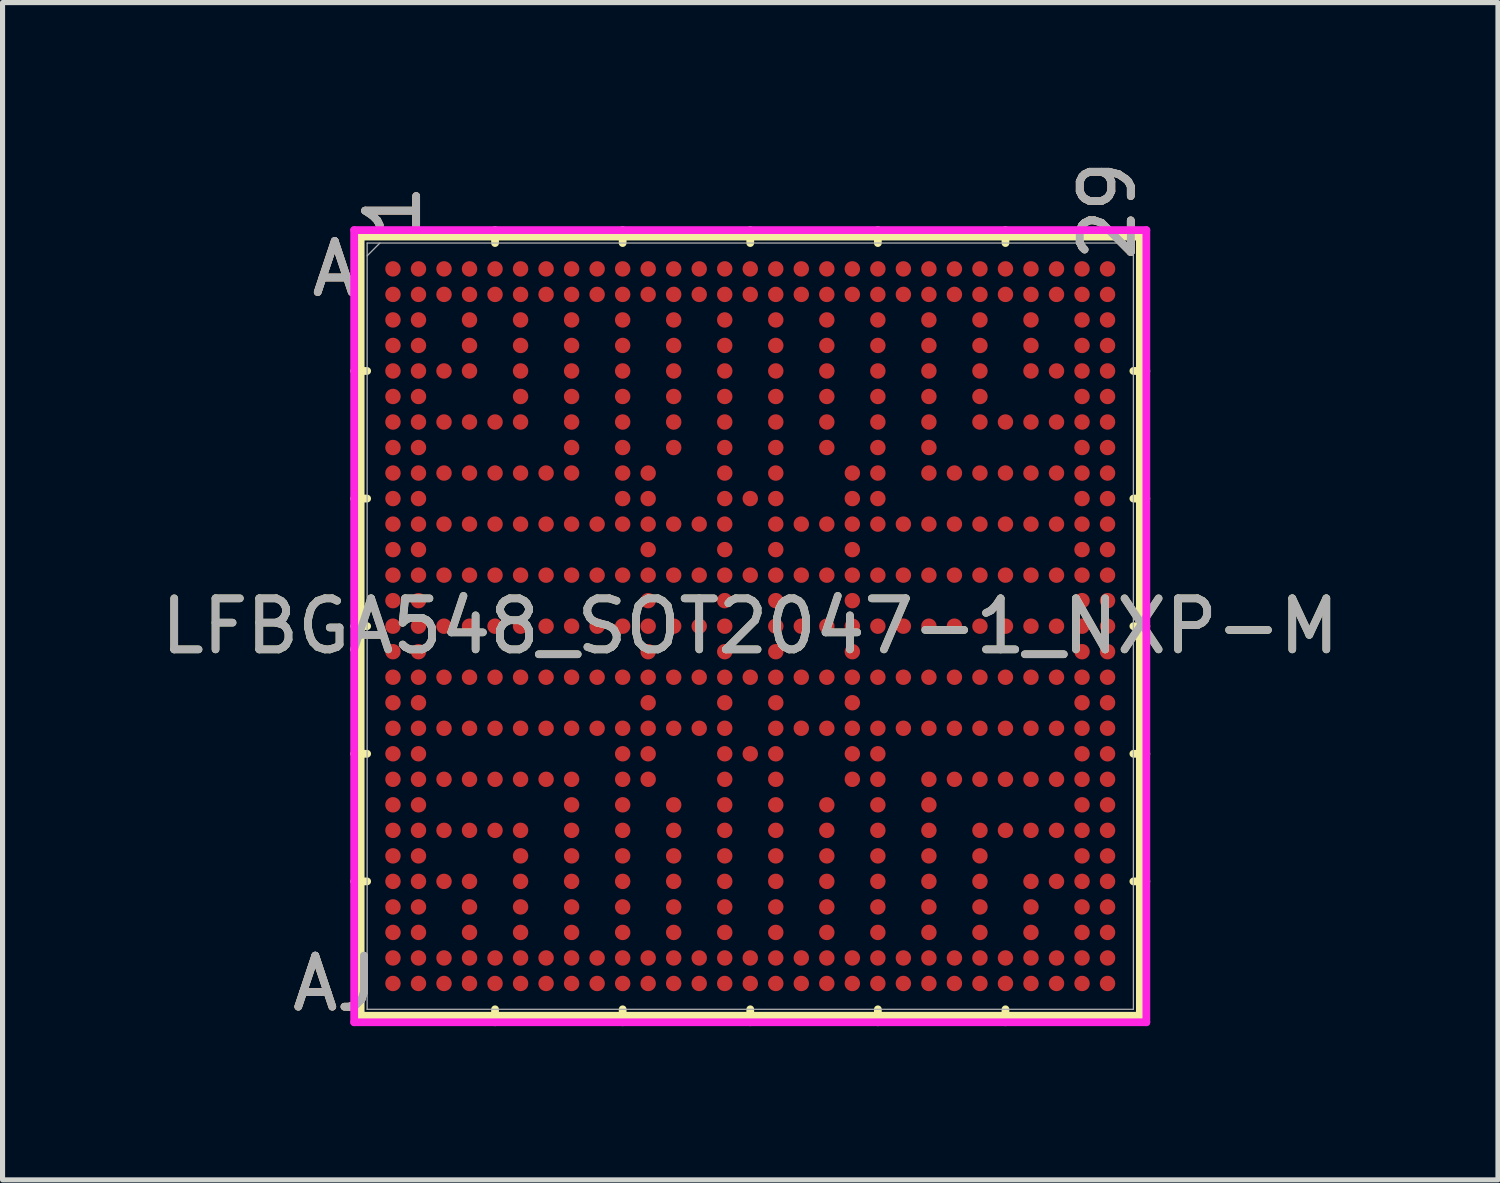
<source format=kicad_pcb>
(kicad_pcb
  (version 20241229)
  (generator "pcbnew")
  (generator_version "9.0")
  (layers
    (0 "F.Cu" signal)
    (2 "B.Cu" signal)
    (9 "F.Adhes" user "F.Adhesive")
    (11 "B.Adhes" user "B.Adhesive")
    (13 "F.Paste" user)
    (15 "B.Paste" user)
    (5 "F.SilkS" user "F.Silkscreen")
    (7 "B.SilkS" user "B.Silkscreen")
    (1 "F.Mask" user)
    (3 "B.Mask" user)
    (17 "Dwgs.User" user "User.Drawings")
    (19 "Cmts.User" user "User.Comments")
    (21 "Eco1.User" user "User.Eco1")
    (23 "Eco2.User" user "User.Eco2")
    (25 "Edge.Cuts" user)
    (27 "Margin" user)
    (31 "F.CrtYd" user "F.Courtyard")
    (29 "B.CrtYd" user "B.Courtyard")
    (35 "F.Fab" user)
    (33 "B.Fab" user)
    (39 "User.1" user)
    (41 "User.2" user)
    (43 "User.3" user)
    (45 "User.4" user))
  (footprint "LFBGA548_SOT2047-1_NXP-M"
    (layer "F.Cu")
    (at 11.649 9.218)
    (property "Reference" "LFBGA548_SOT2047-1_NXP-M" (at 0 0 0) (unlocked yes) (layer "F.SilkS") (effects (font (size 1 1) (thickness 0.15))))
    (attr smd)
    (fp_line (start -7.633 -7.633) (end -7.633 7.633) (stroke (width 0.152) (type solid)) (layer "F.SilkS"))
    (fp_line (start -7.633 7.633) (end 7.633 7.633) (stroke (width 0.152) (type solid)) (layer "F.SilkS"))
    (fp_line (start -7.506 -5) (end -7.76 -5) (stroke (width 0.152) (type solid)) (layer "F.SilkS"))
    (fp_line (start -7.506 -2.5) (end -7.76 -2.5) (stroke (width 0.152) (type solid)) (layer "F.SilkS"))
    (fp_line (start -7.506 0) (end -7.76 0) (stroke (width 0.152) (type solid)) (layer "F.SilkS"))
    (fp_line (start -7.506 2.5) (end -7.76 2.5) (stroke (width 0.152) (type solid)) (layer "F.SilkS"))
    (fp_line (start -7.506 5) (end -7.76 5) (stroke (width 0.152) (type solid)) (layer "F.SilkS"))
    (fp_line (start -5 -7.506) (end -5 -7.76) (stroke (width 0.152) (type solid)) (layer "F.SilkS"))
    (fp_line (start -5 7.506) (end -5 7.76) (stroke (width 0.152) (type solid)) (layer "F.SilkS"))
    (fp_line (start -2.5 -7.506) (end -2.5 -7.76) (stroke (width 0.152) (type solid)) (layer "F.SilkS"))
    (fp_line (start -2.5 7.506) (end -2.5 7.76) (stroke (width 0.152) (type solid)) (layer "F.SilkS"))
    (fp_line (start 0 -7.506) (end 0 -7.76) (stroke (width 0.152) (type solid)) (layer "F.SilkS"))
    (fp_line (start 0 7.506) (end 0 7.76) (stroke (width 0.152) (type solid)) (layer "F.SilkS"))
    (fp_line (start 2.5 -7.506) (end 2.5 -7.76) (stroke (width 0.152) (type solid)) (layer "F.SilkS"))
    (fp_line (start 2.5 7.506) (end 2.5 7.76) (stroke (width 0.152) (type solid)) (layer "F.SilkS"))
    (fp_line (start 5 -7.506) (end 5 -7.76) (stroke (width 0.152) (type solid)) (layer "F.SilkS"))
    (fp_line (start 5 7.506) (end 5 7.76) (stroke (width 0.152) (type solid)) (layer "F.SilkS"))
    (fp_line (start 7.506 -5) (end 7.76 -5) (stroke (width 0.152) (type solid)) (layer "F.SilkS"))
    (fp_line (start 7.506 -2.5) (end 7.76 -2.5) (stroke (width 0.152) (type solid)) (layer "F.SilkS"))
    (fp_line (start 7.506 0) (end 7.76 0) (stroke (width 0.152) (type solid)) (layer "F.SilkS"))
    (fp_line (start 7.506 2.5) (end 7.76 2.5) (stroke (width 0.152) (type solid)) (layer "F.SilkS"))
    (fp_line (start 7.506 5) (end 7.76 5) (stroke (width 0.152) (type solid)) (layer "F.SilkS"))
    (fp_line (start 7.633 -7.633) (end -7.633 -7.633) (stroke (width 0.152) (type solid)) (layer "F.SilkS"))
    (fp_line (start 7.633 7.633) (end 7.633 -7.633) (stroke (width 0.152) (type solid)) (layer "F.SilkS"))
    (fp_poly (pts (xy -7.694 -7.694) (xy 7.694 -7.694) (xy 7.694 7.694) (xy -7.694 7.694)) (stroke (width 0.1) (type solid)) (fill no) (layer "Eco2.User"))
    (fp_line (start -7.76 -7.76) (end 7.76 -7.76) (stroke (width 0.152) (type solid)) (layer "F.CrtYd"))
    (fp_line (start -7.76 7.76) (end -7.76 -7.76) (stroke (width 0.152) (type solid)) (layer "F.CrtYd"))
    (fp_line (start 7.76 -7.76) (end 7.76 7.76) (stroke (width 0.152) (type solid)) (layer "F.CrtYd"))
    (fp_line (start 7.76 7.76) (end -7.76 7.76) (stroke (width 0.152) (type solid)) (layer "F.CrtYd"))
    (fp_line (start -7.506 -7.506) (end -7.506 7.506) (stroke (width 0.025) (type solid)) (layer "F.Fab"))
    (fp_line (start -7.506 7.506) (end 7.506 7.506) (stroke (width 0.025) (type solid)) (layer "F.Fab"))
    (fp_line (start -7.256 -7.506) (end -7.506 -7.256) (stroke (width 0.025) (type solid)) (layer "F.Fab"))
    (fp_line (start 7.506 -7.506) (end -7.506 -7.506) (stroke (width 0.025) (type solid)) (layer "F.Fab"))
    (fp_line (start 7.506 7.506) (end 7.506 -7.506) (stroke (width 0.025) (type solid)) (layer "F.Fab"))
    (fp_text user "A" (at -8.141 -7 0) (unlocked yes) (layer "F.SilkS") (effects (font (size 1 1) (thickness 0.15))))
    (fp_text user "AJ" (at -8.141 7 0) (unlocked yes) (layer "F.SilkS") (effects (font (size 1 1) (thickness 0.15))))
    (fp_text user "29" (at 7 -8.141 90) (unlocked yes) (layer "F.SilkS") (effects (font (size 1 1) (thickness 0.15))))
    (fp_text user "1" (at -7 -8.141 90) (unlocked yes) (layer "F.SilkS") (effects (font (size 1 1) (thickness 0.15))))
    (fp_text user "A" (at -8.141 -7 0) (unlocked yes) (layer "B.SilkS") (effects (font (size 1 1) (thickness 0.15))))
    (fp_text user "AJ" (at -8.141 7 0) (unlocked yes) (layer "B.SilkS") (effects (font (size 1 1) (thickness 0.15))))
    (fp_text user "29" (at 7 -8.141 90) (unlocked yes) (layer "B.SilkS") (effects (font (size 1 1) (thickness 0.15))))
    (fp_text user "1" (at -7 -8.141 90) (unlocked yes) (layer "B.SilkS") (effects (font (size 1 1) (thickness 0.15))))
    (fp_text user "A" (at -8.141 -7 0) (unlocked yes) (layer "F.Fab") (effects (font (size 1 1) (thickness 0.15))))
    (fp_text user "AJ" (at -8.141 7 0) (unlocked yes) (layer "F.Fab") (effects (font (size 1 1) (thickness 0.15))))
    (fp_text user "${REFERENCE}" (at 0 0 0) (unlocked yes) (layer "F.Fab") (effects (font (size 1 1) (thickness 0.15))))
    (fp_text user "1" (at -7 -8.141 90) (unlocked yes) (layer "F.Fab") (effects (font (size 1 1) (thickness 0.15))))
    (fp_text user "29" (at 7 -8.141 90) (unlocked yes) (layer "F.Fab") (effects (font (size 1 1) (thickness 0.15))))
    (pad "A1" smd circle (at -7 -7) (size 0.302 0.302) (layers "F.Cu" "F.Mask" "F.Paste"))
    (pad "A2" smd circle (at -6.5 -7) (size 0.302 0.302) (layers "F.Cu" "F.Mask" "F.Paste"))
    (pad "A3" smd circle (at -6 -7) (size 0.302 0.302) (layers "F.Cu" "F.Mask" "F.Paste"))
    (pad "A4" smd circle (at -5.5 -7) (size 0.302 0.302) (layers "F.Cu" "F.Mask" "F.Paste"))
    (pad "A5" smd circle (at -5 -7) (size 0.302 0.302) (layers "F.Cu" "F.Mask" "F.Paste"))
    (pad "A6" smd circle (at -4.5 -7) (size 0.302 0.302) (layers "F.Cu" "F.Mask" "F.Paste"))
    (pad "A7" smd circle (at -4 -7) (size 0.302 0.302) (layers "F.Cu" "F.Mask" "F.Paste"))
    (pad "A8" smd circle (at -3.5 -7) (size 0.302 0.302) (layers "F.Cu" "F.Mask" "F.Paste"))
    (pad "A9" smd circle (at -3 -7) (size 0.302 0.302) (layers "F.Cu" "F.Mask" "F.Paste"))
    (pad "A10" smd circle (at -2.5 -7) (size 0.302 0.302) (layers "F.Cu" "F.Mask" "F.Paste"))
    (pad "A11" smd circle (at -2 -7) (size 0.302 0.302) (layers "F.Cu" "F.Mask" "F.Paste"))
    (pad "A12" smd circle (at -1.5 -7) (size 0.302 0.302) (layers "F.Cu" "F.Mask" "F.Paste"))
    (pad "A13" smd circle (at -1 -7) (size 0.302 0.302) (layers "F.Cu" "F.Mask" "F.Paste"))
    (pad "A14" smd circle (at -0.5 -7) (size 0.302 0.302) (layers "F.Cu" "F.Mask" "F.Paste"))
    (pad "A15" smd circle (at 0 -7) (size 0.302 0.302) (layers "F.Cu" "F.Mask" "F.Paste"))
    (pad "A16" smd circle (at 0.5 -7) (size 0.302 0.302) (layers "F.Cu" "F.Mask" "F.Paste"))
    (pad "A17" smd circle (at 1 -7) (size 0.302 0.302) (layers "F.Cu" "F.Mask" "F.Paste"))
    (pad "A18" smd circle (at 1.5 -7) (size 0.302 0.302) (layers "F.Cu" "F.Mask" "F.Paste"))
    (pad "A19" smd circle (at 2 -7) (size 0.302 0.302) (layers "F.Cu" "F.Mask" "F.Paste"))
    (pad "A20" smd circle (at 2.5 -7) (size 0.302 0.302) (layers "F.Cu" "F.Mask" "F.Paste"))
    (pad "A21" smd circle (at 3 -7) (size 0.302 0.302) (layers "F.Cu" "F.Mask" "F.Paste"))
    (pad "A22" smd circle (at 3.5 -7) (size 0.302 0.302) (layers "F.Cu" "F.Mask" "F.Paste"))
    (pad "A23" smd circle (at 4 -7) (size 0.302 0.302) (layers "F.Cu" "F.Mask" "F.Paste"))
    (pad "A24" smd circle (at 4.5 -7) (size 0.302 0.302) (layers "F.Cu" "F.Mask" "F.Paste"))
    (pad "A25" smd circle (at 5 -7) (size 0.302 0.302) (layers "F.Cu" "F.Mask" "F.Paste"))
    (pad "A26" smd circle (at 5.5 -7) (size 0.302 0.302) (layers "F.Cu" "F.Mask" "F.Paste"))
    (pad "A27" smd circle (at 6 -7) (size 0.302 0.302) (layers "F.Cu" "F.Mask" "F.Paste"))
    (pad "A28" smd circle (at 6.5 -7) (size 0.302 0.302) (layers "F.Cu" "F.Mask" "F.Paste"))
    (pad "A29" smd circle (at 7 -7) (size 0.302 0.302) (layers "F.Cu" "F.Mask" "F.Paste"))
    (pad "AA1" smd circle (at -7 3) (size 0.302 0.302) (layers "F.Cu" "F.Mask" "F.Paste"))
    (pad "AA2" smd circle (at -6.5 3) (size 0.302 0.302) (layers "F.Cu" "F.Mask" "F.Paste"))
    (pad "AA3" smd circle (at -6 3) (size 0.302 0.302) (layers "F.Cu" "F.Mask" "F.Paste"))
    (pad "AA4" smd circle (at -5.5 3) (size 0.302 0.302) (layers "F.Cu" "F.Mask" "F.Paste"))
    (pad "AA5" smd circle (at -5 3) (size 0.302 0.302) (layers "F.Cu" "F.Mask" "F.Paste"))
    (pad "AA6" smd circle (at -4.5 3) (size 0.302 0.302) (layers "F.Cu" "F.Mask" "F.Paste"))
    (pad "AA7" smd circle (at -4 3) (size 0.302 0.302) (layers "F.Cu" "F.Mask" "F.Paste"))
    (pad "AA8" smd circle (at -3.5 3) (size 0.302 0.302) (layers "F.Cu" "F.Mask" "F.Paste"))
    (pad "AA10" smd circle (at -2.5 3) (size 0.302 0.302) (layers "F.Cu" "F.Mask" "F.Paste"))
    (pad "AA11" smd circle (at -2 3) (size 0.302 0.302) (layers "F.Cu" "F.Mask" "F.Paste"))
    (pad "AA14" smd circle (at -0.5 3) (size 0.302 0.302) (layers "F.Cu" "F.Mask" "F.Paste"))
    (pad "AA16" smd circle (at 0.5 3) (size 0.302 0.302) (layers "F.Cu" "F.Mask" "F.Paste"))
    (pad "AA19" smd circle (at 2 3) (size 0.302 0.302) (layers "F.Cu" "F.Mask" "F.Paste"))
    (pad "AA20" smd circle (at 2.5 3) (size 0.302 0.302) (layers "F.Cu" "F.Mask" "F.Paste"))
    (pad "AA22" smd circle (at 3.5 3) (size 0.302 0.302) (layers "F.Cu" "F.Mask" "F.Paste"))
    (pad "AA23" smd circle (at 4 3) (size 0.302 0.302) (layers "F.Cu" "F.Mask" "F.Paste"))
    (pad "AA24" smd circle (at 4.5 3) (size 0.302 0.302) (layers "F.Cu" "F.Mask" "F.Paste"))
    (pad "AA25" smd circle (at 5 3) (size 0.302 0.302) (layers "F.Cu" "F.Mask" "F.Paste"))
    (pad "AA26" smd circle (at 5.5 3) (size 0.302 0.302) (layers "F.Cu" "F.Mask" "F.Paste"))
    (pad "AA27" smd circle (at 6 3) (size 0.302 0.302) (layers "F.Cu" "F.Mask" "F.Paste"))
    (pad "AA28" smd circle (at 6.5 3) (size 0.302 0.302) (layers "F.Cu" "F.Mask" "F.Paste"))
    (pad "AA29" smd circle (at 7 3) (size 0.302 0.302) (layers "F.Cu" "F.Mask" "F.Paste"))
    (pad "AB1" smd circle (at -7 3.5) (size 0.302 0.302) (layers "F.Cu" "F.Mask" "F.Paste"))
    (pad "AB2" smd circle (at -6.5 3.5) (size 0.302 0.302) (layers "F.Cu" "F.Mask" "F.Paste"))
    (pad "AB8" smd circle (at -3.5 3.5) (size 0.302 0.302) (layers "F.Cu" "F.Mask" "F.Paste"))
    (pad "AB10" smd circle (at -2.5 3.5) (size 0.302 0.302) (layers "F.Cu" "F.Mask" "F.Paste"))
    (pad "AB12" smd circle (at -1.5 3.5) (size 0.302 0.302) (layers "F.Cu" "F.Mask" "F.Paste"))
    (pad "AB14" smd circle (at -0.5 3.5) (size 0.302 0.302) (layers "F.Cu" "F.Mask" "F.Paste"))
    (pad "AB16" smd circle (at 0.5 3.5) (size 0.302 0.302) (layers "F.Cu" "F.Mask" "F.Paste"))
    (pad "AB18" smd circle (at 1.5 3.5) (size 0.302 0.302) (layers "F.Cu" "F.Mask" "F.Paste"))
    (pad "AB20" smd circle (at 2.5 3.5) (size 0.302 0.302) (layers "F.Cu" "F.Mask" "F.Paste"))
    (pad "AB22" smd circle (at 3.5 3.5) (size 0.302 0.302) (layers "F.Cu" "F.Mask" "F.Paste"))
    (pad "AB28" smd circle (at 6.5 3.5) (size 0.302 0.302) (layers "F.Cu" "F.Mask" "F.Paste"))
    (pad "AB29" smd circle (at 7 3.5) (size 0.302 0.302) (layers "F.Cu" "F.Mask" "F.Paste"))
    (pad "AC1" smd circle (at -7 4) (size 0.302 0.302) (layers "F.Cu" "F.Mask" "F.Paste"))
    (pad "AC2" smd circle (at -6.5 4) (size 0.302 0.302) (layers "F.Cu" "F.Mask" "F.Paste"))
    (pad "AC3" smd circle (at -6 4) (size 0.302 0.302) (layers "F.Cu" "F.Mask" "F.Paste"))
    (pad "AC4" smd circle (at -5.5 4) (size 0.302 0.302) (layers "F.Cu" "F.Mask" "F.Paste"))
    (pad "AC5" smd circle (at -5 4) (size 0.302 0.302) (layers "F.Cu" "F.Mask" "F.Paste"))
    (pad "AC6" smd circle (at -4.5 4) (size 0.302 0.302) (layers "F.Cu" "F.Mask" "F.Paste"))
    (pad "AC8" smd circle (at -3.5 4) (size 0.302 0.302) (layers "F.Cu" "F.Mask" "F.Paste"))
    (pad "AC10" smd circle (at -2.5 4) (size 0.302 0.302) (layers "F.Cu" "F.Mask" "F.Paste"))
    (pad "AC12" smd circle (at -1.5 4) (size 0.302 0.302) (layers "F.Cu" "F.Mask" "F.Paste"))
    (pad "AC14" smd circle (at -0.5 4) (size 0.302 0.302) (layers "F.Cu" "F.Mask" "F.Paste"))
    (pad "AC16" smd circle (at 0.5 4) (size 0.302 0.302) (layers "F.Cu" "F.Mask" "F.Paste"))
    (pad "AC18" smd circle (at 1.5 4) (size 0.302 0.302) (layers "F.Cu" "F.Mask" "F.Paste"))
    (pad "AC20" smd circle (at 2.5 4) (size 0.302 0.302) (layers "F.Cu" "F.Mask" "F.Paste"))
    (pad "AC22" smd circle (at 3.5 4) (size 0.302 0.302) (layers "F.Cu" "F.Mask" "F.Paste"))
    (pad "AC24" smd circle (at 4.5 4) (size 0.302 0.302) (layers "F.Cu" "F.Mask" "F.Paste"))
    (pad "AC25" smd circle (at 5 4) (size 0.302 0.302) (layers "F.Cu" "F.Mask" "F.Paste"))
    (pad "AC26" smd circle (at 5.5 4) (size 0.302 0.302) (layers "F.Cu" "F.Mask" "F.Paste"))
    (pad "AC27" smd circle (at 6 4) (size 0.302 0.302) (layers "F.Cu" "F.Mask" "F.Paste"))
    (pad "AC28" smd circle (at 6.5 4) (size 0.302 0.302) (layers "F.Cu" "F.Mask" "F.Paste"))
    (pad "AC29" smd circle (at 7 4) (size 0.302 0.302) (layers "F.Cu" "F.Mask" "F.Paste"))
    (pad "AD1" smd circle (at -7 4.5) (size 0.302 0.302) (layers "F.Cu" "F.Mask" "F.Paste"))
    (pad "AD2" smd circle (at -6.5 4.5) (size 0.302 0.302) (layers "F.Cu" "F.Mask" "F.Paste"))
    (pad "AD6" smd circle (at -4.5 4.5) (size 0.302 0.302) (layers "F.Cu" "F.Mask" "F.Paste"))
    (pad "AD8" smd circle (at -3.5 4.5) (size 0.302 0.302) (layers "F.Cu" "F.Mask" "F.Paste"))
    (pad "AD10" smd circle (at -2.5 4.5) (size 0.302 0.302) (layers "F.Cu" "F.Mask" "F.Paste"))
    (pad "AD12" smd circle (at -1.5 4.5) (size 0.302 0.302) (layers "F.Cu" "F.Mask" "F.Paste"))
    (pad "AD14" smd circle (at -0.5 4.5) (size 0.302 0.302) (layers "F.Cu" "F.Mask" "F.Paste"))
    (pad "AD16" smd circle (at 0.5 4.5) (size 0.302 0.302) (layers "F.Cu" "F.Mask" "F.Paste"))
    (pad "AD18" smd circle (at 1.5 4.5) (size 0.302 0.302) (layers "F.Cu" "F.Mask" "F.Paste"))
    (pad "AD20" smd circle (at 2.5 4.5) (size 0.302 0.302) (layers "F.Cu" "F.Mask" "F.Paste"))
    (pad "AD22" smd circle (at 3.5 4.5) (size 0.302 0.302) (layers "F.Cu" "F.Mask" "F.Paste"))
    (pad "AD24" smd circle (at 4.5 4.5) (size 0.302 0.302) (layers "F.Cu" "F.Mask" "F.Paste"))
    (pad "AD28" smd circle (at 6.5 4.5) (size 0.302 0.302) (layers "F.Cu" "F.Mask" "F.Paste"))
    (pad "AD29" smd circle (at 7 4.5) (size 0.302 0.302) (layers "F.Cu" "F.Mask" "F.Paste"))
    (pad "AE1" smd circle (at -7 5) (size 0.302 0.302) (layers "F.Cu" "F.Mask" "F.Paste"))
    (pad "AE2" smd circle (at -6.5 5) (size 0.302 0.302) (layers "F.Cu" "F.Mask" "F.Paste"))
    (pad "AE3" smd circle (at -6 5) (size 0.302 0.302) (layers "F.Cu" "F.Mask" "F.Paste"))
    (pad "AE4" smd circle (at -5.5 5) (size 0.302 0.302) (layers "F.Cu" "F.Mask" "F.Paste"))
    (pad "AE6" smd circle (at -4.5 5) (size 0.302 0.302) (layers "F.Cu" "F.Mask" "F.Paste"))
    (pad "AE8" smd circle (at -3.5 5) (size 0.302 0.302) (layers "F.Cu" "F.Mask" "F.Paste"))
    (pad "AE10" smd circle (at -2.5 5) (size 0.302 0.302) (layers "F.Cu" "F.Mask" "F.Paste"))
    (pad "AE12" smd circle (at -1.5 5) (size 0.302 0.302) (layers "F.Cu" "F.Mask" "F.Paste"))
    (pad "AE14" smd circle (at -0.5 5) (size 0.302 0.302) (layers "F.Cu" "F.Mask" "F.Paste"))
    (pad "AE16" smd circle (at 0.5 5) (size 0.302 0.302) (layers "F.Cu" "F.Mask" "F.Paste"))
    (pad "AE18" smd circle (at 1.5 5) (size 0.302 0.302) (layers "F.Cu" "F.Mask" "F.Paste"))
    (pad "AE20" smd circle (at 2.5 5) (size 0.302 0.302) (layers "F.Cu" "F.Mask" "F.Paste"))
    (pad "AE22" smd circle (at 3.5 5) (size 0.302 0.302) (layers "F.Cu" "F.Mask" "F.Paste"))
    (pad "AE24" smd circle (at 4.5 5) (size 0.302 0.302) (layers "F.Cu" "F.Mask" "F.Paste"))
    (pad "AE26" smd circle (at 5.5 5) (size 0.302 0.302) (layers "F.Cu" "F.Mask" "F.Paste"))
    (pad "AE27" smd circle (at 6 5) (size 0.302 0.302) (layers "F.Cu" "F.Mask" "F.Paste"))
    (pad "AE28" smd circle (at 6.5 5) (size 0.302 0.302) (layers "F.Cu" "F.Mask" "F.Paste"))
    (pad "AE29" smd circle (at 7 5) (size 0.302 0.302) (layers "F.Cu" "F.Mask" "F.Paste"))
    (pad "AF1" smd circle (at -7 5.5) (size 0.302 0.302) (layers "F.Cu" "F.Mask" "F.Paste"))
    (pad "AF2" smd circle (at -6.5 5.5) (size 0.302 0.302) (layers "F.Cu" "F.Mask" "F.Paste"))
    (pad "AF4" smd circle (at -5.5 5.5) (size 0.302 0.302) (layers "F.Cu" "F.Mask" "F.Paste"))
    (pad "AF6" smd circle (at -4.5 5.5) (size 0.302 0.302) (layers "F.Cu" "F.Mask" "F.Paste"))
    (pad "AF8" smd circle (at -3.5 5.5) (size 0.302 0.302) (layers "F.Cu" "F.Mask" "F.Paste"))
    (pad "AF10" smd circle (at -2.5 5.5) (size 0.302 0.302) (layers "F.Cu" "F.Mask" "F.Paste"))
    (pad "AF12" smd circle (at -1.5 5.5) (size 0.302 0.302) (layers "F.Cu" "F.Mask" "F.Paste"))
    (pad "AF14" smd circle (at -0.5 5.5) (size 0.302 0.302) (layers "F.Cu" "F.Mask" "F.Paste"))
    (pad "AF16" smd circle (at 0.5 5.5) (size 0.302 0.302) (layers "F.Cu" "F.Mask" "F.Paste"))
    (pad "AF18" smd circle (at 1.5 5.5) (size 0.302 0.302) (layers "F.Cu" "F.Mask" "F.Paste"))
    (pad "AF20" smd circle (at 2.5 5.5) (size 0.302 0.302) (layers "F.Cu" "F.Mask" "F.Paste"))
    (pad "AF22" smd circle (at 3.5 5.5) (size 0.302 0.302) (layers "F.Cu" "F.Mask" "F.Paste"))
    (pad "AF24" smd circle (at 4.5 5.5) (size 0.302 0.302) (layers "F.Cu" "F.Mask" "F.Paste"))
    (pad "AF26" smd circle (at 5.5 5.5) (size 0.302 0.302) (layers "F.Cu" "F.Mask" "F.Paste"))
    (pad "AF28" smd circle (at 6.5 5.5) (size 0.302 0.302) (layers "F.Cu" "F.Mask" "F.Paste"))
    (pad "AF29" smd circle (at 7 5.5) (size 0.302 0.302) (layers "F.Cu" "F.Mask" "F.Paste"))
    (pad "AG1" smd circle (at -7 6) (size 0.302 0.302) (layers "F.Cu" "F.Mask" "F.Paste"))
    (pad "AG2" smd circle (at -6.5 6) (size 0.302 0.302) (layers "F.Cu" "F.Mask" "F.Paste"))
    (pad "AG4" smd circle (at -5.5 6) (size 0.302 0.302) (layers "F.Cu" "F.Mask" "F.Paste"))
    (pad "AG6" smd circle (at -4.5 6) (size 0.302 0.302) (layers "F.Cu" "F.Mask" "F.Paste"))
    (pad "AG8" smd circle (at -3.5 6) (size 0.302 0.302) (layers "F.Cu" "F.Mask" "F.Paste"))
    (pad "AG10" smd circle (at -2.5 6) (size 0.302 0.302) (layers "F.Cu" "F.Mask" "F.Paste"))
    (pad "AG12" smd circle (at -1.5 6) (size 0.302 0.302) (layers "F.Cu" "F.Mask" "F.Paste"))
    (pad "AG14" smd circle (at -0.5 6) (size 0.302 0.302) (layers "F.Cu" "F.Mask" "F.Paste"))
    (pad "AG16" smd circle (at 0.5 6) (size 0.302 0.302) (layers "F.Cu" "F.Mask" "F.Paste"))
    (pad "AG18" smd circle (at 1.5 6) (size 0.302 0.302) (layers "F.Cu" "F.Mask" "F.Paste"))
    (pad "AG20" smd circle (at 2.5 6) (size 0.302 0.302) (layers "F.Cu" "F.Mask" "F.Paste"))
    (pad "AG22" smd circle (at 3.5 6) (size 0.302 0.302) (layers "F.Cu" "F.Mask" "F.Paste"))
    (pad "AG24" smd circle (at 4.5 6) (size 0.302 0.302) (layers "F.Cu" "F.Mask" "F.Paste"))
    (pad "AG26" smd circle (at 5.5 6) (size 0.302 0.302) (layers "F.Cu" "F.Mask" "F.Paste"))
    (pad "AG28" smd circle (at 6.5 6) (size 0.302 0.302) (layers "F.Cu" "F.Mask" "F.Paste"))
    (pad "AG29" smd circle (at 7 6) (size 0.302 0.302) (layers "F.Cu" "F.Mask" "F.Paste"))
    (pad "AH1" smd circle (at -7 6.5) (size 0.302 0.302) (layers "F.Cu" "F.Mask" "F.Paste"))
    (pad "AH2" smd circle (at -6.5 6.5) (size 0.302 0.302) (layers "F.Cu" "F.Mask" "F.Paste"))
    (pad "AH3" smd circle (at -6 6.5) (size 0.302 0.302) (layers "F.Cu" "F.Mask" "F.Paste"))
    (pad "AH4" smd circle (at -5.5 6.5) (size 0.302 0.302) (layers "F.Cu" "F.Mask" "F.Paste"))
    (pad "AH5" smd circle (at -5 6.5) (size 0.302 0.302) (layers "F.Cu" "F.Mask" "F.Paste"))
    (pad "AH6" smd circle (at -4.5 6.5) (size 0.302 0.302) (layers "F.Cu" "F.Mask" "F.Paste"))
    (pad "AH7" smd circle (at -4 6.5) (size 0.302 0.302) (layers "F.Cu" "F.Mask" "F.Paste"))
    (pad "AH8" smd circle (at -3.5 6.5) (size 0.302 0.302) (layers "F.Cu" "F.Mask" "F.Paste"))
    (pad "AH9" smd circle (at -3 6.5) (size 0.302 0.302) (layers "F.Cu" "F.Mask" "F.Paste"))
    (pad "AH10" smd circle (at -2.5 6.5) (size 0.302 0.302) (layers "F.Cu" "F.Mask" "F.Paste"))
    (pad "AH11" smd circle (at -2 6.5) (size 0.302 0.302) (layers "F.Cu" "F.Mask" "F.Paste"))
    (pad "AH12" smd circle (at -1.5 6.5) (size 0.302 0.302) (layers "F.Cu" "F.Mask" "F.Paste"))
    (pad "AH13" smd circle (at -1 6.5) (size 0.302 0.302) (layers "F.Cu" "F.Mask" "F.Paste"))
    (pad "AH14" smd circle (at -0.5 6.5) (size 0.302 0.302) (layers "F.Cu" "F.Mask" "F.Paste"))
    (pad "AH15" smd circle (at 0 6.5) (size 0.302 0.302) (layers "F.Cu" "F.Mask" "F.Paste"))
    (pad "AH16" smd circle (at 0.5 6.5) (size 0.302 0.302) (layers "F.Cu" "F.Mask" "F.Paste"))
    (pad "AH17" smd circle (at 1 6.5) (size 0.302 0.302) (layers "F.Cu" "F.Mask" "F.Paste"))
    (pad "AH18" smd circle (at 1.5 6.5) (size 0.302 0.302) (layers "F.Cu" "F.Mask" "F.Paste"))
    (pad "AH19" smd circle (at 2 6.5) (size 0.302 0.302) (layers "F.Cu" "F.Mask" "F.Paste"))
    (pad "AH20" smd circle (at 2.5 6.5) (size 0.302 0.302) (layers "F.Cu" "F.Mask" "F.Paste"))
    (pad "AH21" smd circle (at 3 6.5) (size 0.302 0.302) (layers "F.Cu" "F.Mask" "F.Paste"))
    (pad "AH22" smd circle (at 3.5 6.5) (size 0.302 0.302) (layers "F.Cu" "F.Mask" "F.Paste"))
    (pad "AH23" smd circle (at 4 6.5) (size 0.302 0.302) (layers "F.Cu" "F.Mask" "F.Paste"))
    (pad "AH24" smd circle (at 4.5 6.5) (size 0.302 0.302) (layers "F.Cu" "F.Mask" "F.Paste"))
    (pad "AH25" smd circle (at 5 6.5) (size 0.302 0.302) (layers "F.Cu" "F.Mask" "F.Paste"))
    (pad "AH26" smd circle (at 5.5 6.5) (size 0.302 0.302) (layers "F.Cu" "F.Mask" "F.Paste"))
    (pad "AH27" smd circle (at 6 6.5) (size 0.302 0.302) (layers "F.Cu" "F.Mask" "F.Paste"))
    (pad "AH28" smd circle (at 6.5 6.5) (size 0.302 0.302) (layers "F.Cu" "F.Mask" "F.Paste"))
    (pad "AH29" smd circle (at 7 6.5) (size 0.302 0.302) (layers "F.Cu" "F.Mask" "F.Paste"))
    (pad "AJ1" smd circle (at -7 7) (size 0.302 0.302) (layers "F.Cu" "F.Mask" "F.Paste"))
    (pad "AJ2" smd circle (at -6.5 7) (size 0.302 0.302) (layers "F.Cu" "F.Mask" "F.Paste"))
    (pad "AJ3" smd circle (at -6 7) (size 0.302 0.302) (layers "F.Cu" "F.Mask" "F.Paste"))
    (pad "AJ4" smd circle (at -5.5 7) (size 0.302 0.302) (layers "F.Cu" "F.Mask" "F.Paste"))
    (pad "AJ5" smd circle (at -5 7) (size 0.302 0.302) (layers "F.Cu" "F.Mask" "F.Paste"))
    (pad "AJ6" smd circle (at -4.5 7) (size 0.302 0.302) (layers "F.Cu" "F.Mask" "F.Paste"))
    (pad "AJ7" smd circle (at -4 7) (size 0.302 0.302) (layers "F.Cu" "F.Mask" "F.Paste"))
    (pad "AJ8" smd circle (at -3.5 7) (size 0.302 0.302) (layers "F.Cu" "F.Mask" "F.Paste"))
    (pad "AJ9" smd circle (at -3 7) (size 0.302 0.302) (layers "F.Cu" "F.Mask" "F.Paste"))
    (pad "AJ10" smd circle (at -2.5 7) (size 0.302 0.302) (layers "F.Cu" "F.Mask" "F.Paste"))
    (pad "AJ11" smd circle (at -2 7) (size 0.302 0.302) (layers "F.Cu" "F.Mask" "F.Paste"))
    (pad "AJ12" smd circle (at -1.5 7) (size 0.302 0.302) (layers "F.Cu" "F.Mask" "F.Paste"))
    (pad "AJ13" smd circle (at -1 7) (size 0.302 0.302) (layers "F.Cu" "F.Mask" "F.Paste"))
    (pad "AJ14" smd circle (at -0.5 7) (size 0.302 0.302) (layers "F.Cu" "F.Mask" "F.Paste"))
    (pad "AJ15" smd circle (at 0 7) (size 0.302 0.302) (layers "F.Cu" "F.Mask" "F.Paste"))
    (pad "AJ16" smd circle (at 0.5 7) (size 0.302 0.302) (layers "F.Cu" "F.Mask" "F.Paste"))
    (pad "AJ17" smd circle (at 1 7) (size 0.302 0.302) (layers "F.Cu" "F.Mask" "F.Paste"))
    (pad "AJ18" smd circle (at 1.5 7) (size 0.302 0.302) (layers "F.Cu" "F.Mask" "F.Paste"))
    (pad "AJ19" smd circle (at 2 7) (size 0.302 0.302) (layers "F.Cu" "F.Mask" "F.Paste"))
    (pad "AJ20" smd circle (at 2.5 7) (size 0.302 0.302) (layers "F.Cu" "F.Mask" "F.Paste"))
    (pad "AJ21" smd circle (at 3 7) (size 0.302 0.302) (layers "F.Cu" "F.Mask" "F.Paste"))
    (pad "AJ22" smd circle (at 3.5 7) (size 0.302 0.302) (layers "F.Cu" "F.Mask" "F.Paste"))
    (pad "AJ23" smd circle (at 4 7) (size 0.302 0.302) (layers "F.Cu" "F.Mask" "F.Paste"))
    (pad "AJ24" smd circle (at 4.5 7) (size 0.302 0.302) (layers "F.Cu" "F.Mask" "F.Paste"))
    (pad "AJ25" smd circle (at 5 7) (size 0.302 0.302) (layers "F.Cu" "F.Mask" "F.Paste"))
    (pad "AJ26" smd circle (at 5.5 7) (size 0.302 0.302) (layers "F.Cu" "F.Mask" "F.Paste"))
    (pad "AJ27" smd circle (at 6 7) (size 0.302 0.302) (layers "F.Cu" "F.Mask" "F.Paste"))
    (pad "AJ28" smd circle (at 6.5 7) (size 0.302 0.302) (layers "F.Cu" "F.Mask" "F.Paste"))
    (pad "AJ29" smd circle (at 7 7) (size 0.302 0.302) (layers "F.Cu" "F.Mask" "F.Paste"))
    (pad "B1" smd circle (at -7 -6.5) (size 0.302 0.302) (layers "F.Cu" "F.Mask" "F.Paste"))
    (pad "B2" smd circle (at -6.5 -6.5) (size 0.302 0.302) (layers "F.Cu" "F.Mask" "F.Paste"))
    (pad "B3" smd circle (at -6 -6.5) (size 0.302 0.302) (layers "F.Cu" "F.Mask" "F.Paste"))
    (pad "B4" smd circle (at -5.5 -6.5) (size 0.302 0.302) (layers "F.Cu" "F.Mask" "F.Paste"))
    (pad "B5" smd circle (at -5 -6.5) (size 0.302 0.302) (layers "F.Cu" "F.Mask" "F.Paste"))
    (pad "B6" smd circle (at -4.5 -6.5) (size 0.302 0.302) (layers "F.Cu" "F.Mask" "F.Paste"))
    (pad "B7" smd circle (at -4 -6.5) (size 0.302 0.302) (layers "F.Cu" "F.Mask" "F.Paste"))
    (pad "B8" smd circle (at -3.5 -6.5) (size 0.302 0.302) (layers "F.Cu" "F.Mask" "F.Paste"))
    (pad "B9" smd circle (at -3 -6.5) (size 0.302 0.302) (layers "F.Cu" "F.Mask" "F.Paste"))
    (pad "B10" smd circle (at -2.5 -6.5) (size 0.302 0.302) (layers "F.Cu" "F.Mask" "F.Paste"))
    (pad "B11" smd circle (at -2 -6.5) (size 0.302 0.302) (layers "F.Cu" "F.Mask" "F.Paste"))
    (pad "B12" smd circle (at -1.5 -6.5) (size 0.302 0.302) (layers "F.Cu" "F.Mask" "F.Paste"))
    (pad "B13" smd circle (at -1 -6.5) (size 0.302 0.302) (layers "F.Cu" "F.Mask" "F.Paste"))
    (pad "B14" smd circle (at -0.5 -6.5) (size 0.302 0.302) (layers "F.Cu" "F.Mask" "F.Paste"))
    (pad "B15" smd circle (at 0 -6.5) (size 0.302 0.302) (layers "F.Cu" "F.Mask" "F.Paste"))
    (pad "B16" smd circle (at 0.5 -6.5) (size 0.302 0.302) (layers "F.Cu" "F.Mask" "F.Paste"))
    (pad "B17" smd circle (at 1 -6.5) (size 0.302 0.302) (layers "F.Cu" "F.Mask" "F.Paste"))
    (pad "B18" smd circle (at 1.5 -6.5) (size 0.302 0.302) (layers "F.Cu" "F.Mask" "F.Paste"))
    (pad "B19" smd circle (at 2 -6.5) (size 0.302 0.302) (layers "F.Cu" "F.Mask" "F.Paste"))
    (pad "B20" smd circle (at 2.5 -6.5) (size 0.302 0.302) (layers "F.Cu" "F.Mask" "F.Paste"))
    (pad "B21" smd circle (at 3 -6.5) (size 0.302 0.302) (layers "F.Cu" "F.Mask" "F.Paste"))
    (pad "B22" smd circle (at 3.5 -6.5) (size 0.302 0.302) (layers "F.Cu" "F.Mask" "F.Paste"))
    (pad "B23" smd circle (at 4 -6.5) (size 0.302 0.302) (layers "F.Cu" "F.Mask" "F.Paste"))
    (pad "B24" smd circle (at 4.5 -6.5) (size 0.302 0.302) (layers "F.Cu" "F.Mask" "F.Paste"))
    (pad "B25" smd circle (at 5 -6.5) (size 0.302 0.302) (layers "F.Cu" "F.Mask" "F.Paste"))
    (pad "B26" smd circle (at 5.5 -6.5) (size 0.302 0.302) (layers "F.Cu" "F.Mask" "F.Paste"))
    (pad "B27" smd circle (at 6 -6.5) (size 0.302 0.302) (layers "F.Cu" "F.Mask" "F.Paste"))
    (pad "B28" smd circle (at 6.5 -6.5) (size 0.302 0.302) (layers "F.Cu" "F.Mask" "F.Paste"))
    (pad "B29" smd circle (at 7 -6.5) (size 0.302 0.302) (layers "F.Cu" "F.Mask" "F.Paste"))
    (pad "C1" smd circle (at -7 -6) (size 0.302 0.302) (layers "F.Cu" "F.Mask" "F.Paste"))
    (pad "C2" smd circle (at -6.5 -6) (size 0.302 0.302) (layers "F.Cu" "F.Mask" "F.Paste"))
    (pad "C4" smd circle (at -5.5 -6) (size 0.302 0.302) (layers "F.Cu" "F.Mask" "F.Paste"))
    (pad "C6" smd circle (at -4.5 -6) (size 0.302 0.302) (layers "F.Cu" "F.Mask" "F.Paste"))
    (pad "C8" smd circle (at -3.5 -6) (size 0.302 0.302) (layers "F.Cu" "F.Mask" "F.Paste"))
    (pad "C10" smd circle (at -2.5 -6) (size 0.302 0.302) (layers "F.Cu" "F.Mask" "F.Paste"))
    (pad "C12" smd circle (at -1.5 -6) (size 0.302 0.302) (layers "F.Cu" "F.Mask" "F.Paste"))
    (pad "C14" smd circle (at -0.5 -6) (size 0.302 0.302) (layers "F.Cu" "F.Mask" "F.Paste"))
    (pad "C16" smd circle (at 0.5 -6) (size 0.302 0.302) (layers "F.Cu" "F.Mask" "F.Paste"))
    (pad "C18" smd circle (at 1.5 -6) (size 0.302 0.302) (layers "F.Cu" "F.Mask" "F.Paste"))
    (pad "C20" smd circle (at 2.5 -6) (size 0.302 0.302) (layers "F.Cu" "F.Mask" "F.Paste"))
    (pad "C22" smd circle (at 3.5 -6) (size 0.302 0.302) (layers "F.Cu" "F.Mask" "F.Paste"))
    (pad "C24" smd circle (at 4.5 -6) (size 0.302 0.302) (layers "F.Cu" "F.Mask" "F.Paste"))
    (pad "C26" smd circle (at 5.5 -6) (size 0.302 0.302) (layers "F.Cu" "F.Mask" "F.Paste"))
    (pad "C28" smd circle (at 6.5 -6) (size 0.302 0.302) (layers "F.Cu" "F.Mask" "F.Paste"))
    (pad "C29" smd circle (at 7 -6) (size 0.302 0.302) (layers "F.Cu" "F.Mask" "F.Paste"))
    (pad "D1" smd circle (at -7 -5.5) (size 0.302 0.302) (layers "F.Cu" "F.Mask" "F.Paste"))
    (pad "D2" smd circle (at -6.5 -5.5) (size 0.302 0.302) (layers "F.Cu" "F.Mask" "F.Paste"))
    (pad "D4" smd circle (at -5.5 -5.5) (size 0.302 0.302) (layers "F.Cu" "F.Mask" "F.Paste"))
    (pad "D6" smd circle (at -4.5 -5.5) (size 0.302 0.302) (layers "F.Cu" "F.Mask" "F.Paste"))
    (pad "D8" smd circle (at -3.5 -5.5) (size 0.302 0.302) (layers "F.Cu" "F.Mask" "F.Paste"))
    (pad "D10" smd circle (at -2.5 -5.5) (size 0.302 0.302) (layers "F.Cu" "F.Mask" "F.Paste"))
    (pad "D12" smd circle (at -1.5 -5.5) (size 0.302 0.302) (layers "F.Cu" "F.Mask" "F.Paste"))
    (pad "D14" smd circle (at -0.5 -5.5) (size 0.302 0.302) (layers "F.Cu" "F.Mask" "F.Paste"))
    (pad "D16" smd circle (at 0.5 -5.5) (size 0.302 0.302) (layers "F.Cu" "F.Mask" "F.Paste"))
    (pad "D18" smd circle (at 1.5 -5.5) (size 0.302 0.302) (layers "F.Cu" "F.Mask" "F.Paste"))
    (pad "D20" smd circle (at 2.5 -5.5) (size 0.302 0.302) (layers "F.Cu" "F.Mask" "F.Paste"))
    (pad "D22" smd circle (at 3.5 -5.5) (size 0.302 0.302) (layers "F.Cu" "F.Mask" "F.Paste"))
    (pad "D24" smd circle (at 4.5 -5.5) (size 0.302 0.302) (layers "F.Cu" "F.Mask" "F.Paste"))
    (pad "D26" smd circle (at 5.5 -5.5) (size 0.302 0.302) (layers "F.Cu" "F.Mask" "F.Paste"))
    (pad "D28" smd circle (at 6.5 -5.5) (size 0.302 0.302) (layers "F.Cu" "F.Mask" "F.Paste"))
    (pad "D29" smd circle (at 7 -5.5) (size 0.302 0.302) (layers "F.Cu" "F.Mask" "F.Paste"))
    (pad "E1" smd circle (at -7 -5) (size 0.302 0.302) (layers "F.Cu" "F.Mask" "F.Paste"))
    (pad "E2" smd circle (at -6.5 -5) (size 0.302 0.302) (layers "F.Cu" "F.Mask" "F.Paste"))
    (pad "E3" smd circle (at -6 -5) (size 0.302 0.302) (layers "F.Cu" "F.Mask" "F.Paste"))
    (pad "E4" smd circle (at -5.5 -5) (size 0.302 0.302) (layers "F.Cu" "F.Mask" "F.Paste"))
    (pad "E6" smd circle (at -4.5 -5) (size 0.302 0.302) (layers "F.Cu" "F.Mask" "F.Paste"))
    (pad "E8" smd circle (at -3.5 -5) (size 0.302 0.302) (layers "F.Cu" "F.Mask" "F.Paste"))
    (pad "E10" smd circle (at -2.5 -5) (size 0.302 0.302) (layers "F.Cu" "F.Mask" "F.Paste"))
    (pad "E12" smd circle (at -1.5 -5) (size 0.302 0.302) (layers "F.Cu" "F.Mask" "F.Paste"))
    (pad "E14" smd circle (at -0.5 -5) (size 0.302 0.302) (layers "F.Cu" "F.Mask" "F.Paste"))
    (pad "E16" smd circle (at 0.5 -5) (size 0.302 0.302) (layers "F.Cu" "F.Mask" "F.Paste"))
    (pad "E18" smd circle (at 1.5 -5) (size 0.302 0.302) (layers "F.Cu" "F.Mask" "F.Paste"))
    (pad "E20" smd circle (at 2.5 -5) (size 0.302 0.302) (layers "F.Cu" "F.Mask" "F.Paste"))
    (pad "E22" smd circle (at 3.5 -5) (size 0.302 0.302) (layers "F.Cu" "F.Mask" "F.Paste"))
    (pad "E24" smd circle (at 4.5 -5) (size 0.302 0.302) (layers "F.Cu" "F.Mask" "F.Paste"))
    (pad "E26" smd circle (at 5.5 -5) (size 0.302 0.302) (layers "F.Cu" "F.Mask" "F.Paste"))
    (pad "E27" smd circle (at 6 -5) (size 0.302 0.302) (layers "F.Cu" "F.Mask" "F.Paste"))
    (pad "E28" smd circle (at 6.5 -5) (size 0.302 0.302) (layers "F.Cu" "F.Mask" "F.Paste"))
    (pad "E29" smd circle (at 7 -5) (size 0.302 0.302) (layers "F.Cu" "F.Mask" "F.Paste"))
    (pad "F1" smd circle (at -7 -4.5) (size 0.302 0.302) (layers "F.Cu" "F.Mask" "F.Paste"))
    (pad "F2" smd circle (at -6.5 -4.5) (size 0.302 0.302) (layers "F.Cu" "F.Mask" "F.Paste"))
    (pad "F6" smd circle (at -4.5 -4.5) (size 0.302 0.302) (layers "F.Cu" "F.Mask" "F.Paste"))
    (pad "F8" smd circle (at -3.5 -4.5) (size 0.302 0.302) (layers "F.Cu" "F.Mask" "F.Paste"))
    (pad "F10" smd circle (at -2.5 -4.5) (size 0.302 0.302) (layers "F.Cu" "F.Mask" "F.Paste"))
    (pad "F12" smd circle (at -1.5 -4.5) (size 0.302 0.302) (layers "F.Cu" "F.Mask" "F.Paste"))
    (pad "F14" smd circle (at -0.5 -4.5) (size 0.302 0.302) (layers "F.Cu" "F.Mask" "F.Paste"))
    (pad "F16" smd circle (at 0.5 -4.5) (size 0.302 0.302) (layers "F.Cu" "F.Mask" "F.Paste"))
    (pad "F18" smd circle (at 1.5 -4.5) (size 0.302 0.302) (layers "F.Cu" "F.Mask" "F.Paste"))
    (pad "F20" smd circle (at 2.5 -4.5) (size 0.302 0.302) (layers "F.Cu" "F.Mask" "F.Paste"))
    (pad "F22" smd circle (at 3.5 -4.5) (size 0.302 0.302) (layers "F.Cu" "F.Mask" "F.Paste"))
    (pad "F24" smd circle (at 4.5 -4.5) (size 0.302 0.302) (layers "F.Cu" "F.Mask" "F.Paste"))
    (pad "F28" smd circle (at 6.5 -4.5) (size 0.302 0.302) (layers "F.Cu" "F.Mask" "F.Paste"))
    (pad "F29" smd circle (at 7 -4.5) (size 0.302 0.302) (layers "F.Cu" "F.Mask" "F.Paste"))
    (pad "G1" smd circle (at -7 -4) (size 0.302 0.302) (layers "F.Cu" "F.Mask" "F.Paste"))
    (pad "G2" smd circle (at -6.5 -4) (size 0.302 0.302) (layers "F.Cu" "F.Mask" "F.Paste"))
    (pad "G3" smd circle (at -6 -4) (size 0.302 0.302) (layers "F.Cu" "F.Mask" "F.Paste"))
    (pad "G4" smd circle (at -5.5 -4) (size 0.302 0.302) (layers "F.Cu" "F.Mask" "F.Paste"))
    (pad "G5" smd circle (at -5 -4) (size 0.302 0.302) (layers "F.Cu" "F.Mask" "F.Paste"))
    (pad "G6" smd circle (at -4.5 -4) (size 0.302 0.302) (layers "F.Cu" "F.Mask" "F.Paste"))
    (pad "G8" smd circle (at -3.5 -4) (size 0.302 0.302) (layers "F.Cu" "F.Mask" "F.Paste"))
    (pad "G10" smd circle (at -2.5 -4) (size 0.302 0.302) (layers "F.Cu" "F.Mask" "F.Paste"))
    (pad "G12" smd circle (at -1.5 -4) (size 0.302 0.302) (layers "F.Cu" "F.Mask" "F.Paste"))
    (pad "G14" smd circle (at -0.5 -4) (size 0.302 0.302) (layers "F.Cu" "F.Mask" "F.Paste"))
    (pad "G16" smd circle (at 0.5 -4) (size 0.302 0.302) (layers "F.Cu" "F.Mask" "F.Paste"))
    (pad "G18" smd circle (at 1.5 -4) (size 0.302 0.302) (layers "F.Cu" "F.Mask" "F.Paste"))
    (pad "G20" smd circle (at 2.5 -4) (size 0.302 0.302) (layers "F.Cu" "F.Mask" "F.Paste"))
    (pad "G22" smd circle (at 3.5 -4) (size 0.302 0.302) (layers "F.Cu" "F.Mask" "F.Paste"))
    (pad "G24" smd circle (at 4.5 -4) (size 0.302 0.302) (layers "F.Cu" "F.Mask" "F.Paste"))
    (pad "G25" smd circle (at 5 -4) (size 0.302 0.302) (layers "F.Cu" "F.Mask" "F.Paste"))
    (pad "G26" smd circle (at 5.5 -4) (size 0.302 0.302) (layers "F.Cu" "F.Mask" "F.Paste"))
    (pad "G27" smd circle (at 6 -4) (size 0.302 0.302) (layers "F.Cu" "F.Mask" "F.Paste"))
    (pad "G28" smd circle (at 6.5 -4) (size 0.302 0.302) (layers "F.Cu" "F.Mask" "F.Paste"))
    (pad "G29" smd circle (at 7 -4) (size 0.302 0.302) (layers "F.Cu" "F.Mask" "F.Paste"))
    (pad "H1" smd circle (at -7 -3.5) (size 0.302 0.302) (layers "F.Cu" "F.Mask" "F.Paste"))
    (pad "H2" smd circle (at -6.5 -3.5) (size 0.302 0.302) (layers "F.Cu" "F.Mask" "F.Paste"))
    (pad "H8" smd circle (at -3.5 -3.5) (size 0.302 0.302) (layers "F.Cu" "F.Mask" "F.Paste"))
    (pad "H10" smd circle (at -2.5 -3.5) (size 0.302 0.302) (layers "F.Cu" "F.Mask" "F.Paste"))
    (pad "H12" smd circle (at -1.5 -3.5) (size 0.302 0.302) (layers "F.Cu" "F.Mask" "F.Paste"))
    (pad "H14" smd circle (at -0.5 -3.5) (size 0.302 0.302) (layers "F.Cu" "F.Mask" "F.Paste"))
    (pad "H16" smd circle (at 0.5 -3.5) (size 0.302 0.302) (layers "F.Cu" "F.Mask" "F.Paste"))
    (pad "H18" smd circle (at 1.5 -3.5) (size 0.302 0.302) (layers "F.Cu" "F.Mask" "F.Paste"))
    (pad "H20" smd circle (at 2.5 -3.5) (size 0.302 0.302) (layers "F.Cu" "F.Mask" "F.Paste"))
    (pad "H22" smd circle (at 3.5 -3.5) (size 0.302 0.302) (layers "F.Cu" "F.Mask" "F.Paste"))
    (pad "H28" smd circle (at 6.5 -3.5) (size 0.302 0.302) (layers "F.Cu" "F.Mask" "F.Paste"))
    (pad "H29" smd circle (at 7 -3.5) (size 0.302 0.302) (layers "F.Cu" "F.Mask" "F.Paste"))
    (pad "J1" smd circle (at -7 -3) (size 0.302 0.302) (layers "F.Cu" "F.Mask" "F.Paste"))
    (pad "J2" smd circle (at -6.5 -3) (size 0.302 0.302) (layers "F.Cu" "F.Mask" "F.Paste"))
    (pad "J3" smd circle (at -6 -3) (size 0.302 0.302) (layers "F.Cu" "F.Mask" "F.Paste"))
    (pad "J4" smd circle (at -5.5 -3) (size 0.302 0.302) (layers "F.Cu" "F.Mask" "F.Paste"))
    (pad "J5" smd circle (at -5 -3) (size 0.302 0.302) (layers "F.Cu" "F.Mask" "F.Paste"))
    (pad "J6" smd circle (at -4.5 -3) (size 0.302 0.302) (layers "F.Cu" "F.Mask" "F.Paste"))
    (pad "J7" smd circle (at -4 -3) (size 0.302 0.302) (layers "F.Cu" "F.Mask" "F.Paste"))
    (pad "J8" smd circle (at -3.5 -3) (size 0.302 0.302) (layers "F.Cu" "F.Mask" "F.Paste"))
    (pad "J10" smd circle (at -2.5 -3) (size 0.302 0.302) (layers "F.Cu" "F.Mask" "F.Paste"))
    (pad "J11" smd circle (at -2 -3) (size 0.302 0.302) (layers "F.Cu" "F.Mask" "F.Paste"))
    (pad "J14" smd circle (at -0.5 -3) (size 0.302 0.302) (layers "F.Cu" "F.Mask" "F.Paste"))
    (pad "J16" smd circle (at 0.5 -3) (size 0.302 0.302) (layers "F.Cu" "F.Mask" "F.Paste"))
    (pad "J19" smd circle (at 2 -3) (size 0.302 0.302) (layers "F.Cu" "F.Mask" "F.Paste"))
    (pad "J20" smd circle (at 2.5 -3) (size 0.302 0.302) (layers "F.Cu" "F.Mask" "F.Paste"))
    (pad "J22" smd circle (at 3.5 -3) (size 0.302 0.302) (layers "F.Cu" "F.Mask" "F.Paste"))
    (pad "J23" smd circle (at 4 -3) (size 0.302 0.302) (layers "F.Cu" "F.Mask" "F.Paste"))
    (pad "J24" smd circle (at 4.5 -3) (size 0.302 0.302) (layers "F.Cu" "F.Mask" "F.Paste"))
    (pad "J25" smd circle (at 5 -3) (size 0.302 0.302) (layers "F.Cu" "F.Mask" "F.Paste"))
    (pad "J26" smd circle (at 5.5 -3) (size 0.302 0.302) (layers "F.Cu" "F.Mask" "F.Paste"))
    (pad "J27" smd circle (at 6 -3) (size 0.302 0.302) (layers "F.Cu" "F.Mask" "F.Paste"))
    (pad "J28" smd circle (at 6.5 -3) (size 0.302 0.302) (layers "F.Cu" "F.Mask" "F.Paste"))
    (pad "J29" smd circle (at 7 -3) (size 0.302 0.302) (layers "F.Cu" "F.Mask" "F.Paste"))
    (pad "K1" smd circle (at -7 -2.5) (size 0.302 0.302) (layers "F.Cu" "F.Mask" "F.Paste"))
    (pad "K2" smd circle (at -6.5 -2.5) (size 0.302 0.302) (layers "F.Cu" "F.Mask" "F.Paste"))
    (pad "K10" smd circle (at -2.5 -2.5) (size 0.302 0.302) (layers "F.Cu" "F.Mask" "F.Paste"))
    (pad "K11" smd circle (at -2 -2.5) (size 0.302 0.302) (layers "F.Cu" "F.Mask" "F.Paste"))
    (pad "K14" smd circle (at -0.5 -2.5) (size 0.302 0.302) (layers "F.Cu" "F.Mask" "F.Paste"))
    (pad "K15" smd circle (at 0 -2.5) (size 0.302 0.302) (layers "F.Cu" "F.Mask" "F.Paste"))
    (pad "K16" smd circle (at 0.5 -2.5) (size 0.302 0.302) (layers "F.Cu" "F.Mask" "F.Paste"))
    (pad "K19" smd circle (at 2 -2.5) (size 0.302 0.302) (layers "F.Cu" "F.Mask" "F.Paste"))
    (pad "K20" smd circle (at 2.5 -2.5) (size 0.302 0.302) (layers "F.Cu" "F.Mask" "F.Paste"))
    (pad "K28" smd circle (at 6.5 -2.5) (size 0.302 0.302) (layers "F.Cu" "F.Mask" "F.Paste"))
    (pad "K29" smd circle (at 7 -2.5) (size 0.302 0.302) (layers "F.Cu" "F.Mask" "F.Paste"))
    (pad "L1" smd circle (at -7 -2) (size 0.302 0.302) (layers "F.Cu" "F.Mask" "F.Paste"))
    (pad "L2" smd circle (at -6.5 -2) (size 0.302 0.302) (layers "F.Cu" "F.Mask" "F.Paste"))
    (pad "L3" smd circle (at -6 -2) (size 0.302 0.302) (layers "F.Cu" "F.Mask" "F.Paste"))
    (pad "L4" smd circle (at -5.5 -2) (size 0.302 0.302) (layers "F.Cu" "F.Mask" "F.Paste"))
    (pad "L5" smd circle (at -5 -2) (size 0.302 0.302) (layers "F.Cu" "F.Mask" "F.Paste"))
    (pad "L6" smd circle (at -4.5 -2) (size 0.302 0.302) (layers "F.Cu" "F.Mask" "F.Paste"))
    (pad "L7" smd circle (at -4 -2) (size 0.302 0.302) (layers "F.Cu" "F.Mask" "F.Paste"))
    (pad "L8" smd circle (at -3.5 -2) (size 0.302 0.302) (layers "F.Cu" "F.Mask" "F.Paste"))
    (pad "L9" smd circle (at -3 -2) (size 0.302 0.302) (layers "F.Cu" "F.Mask" "F.Paste"))
    (pad "L10" smd circle (at -2.5 -2) (size 0.302 0.302) (layers "F.Cu" "F.Mask" "F.Paste"))
    (pad "L11" smd circle (at -2 -2) (size 0.302 0.302) (layers "F.Cu" "F.Mask" "F.Paste"))
    (pad "L12" smd circle (at -1.5 -2) (size 0.302 0.302) (layers "F.Cu" "F.Mask" "F.Paste"))
    (pad "L13" smd circle (at -1 -2) (size 0.302 0.302) (layers "F.Cu" "F.Mask" "F.Paste"))
    (pad "L14" smd circle (at -0.5 -2) (size 0.302 0.302) (layers "F.Cu" "F.Mask" "F.Paste"))
    (pad "L16" smd circle (at 0.5 -2) (size 0.302 0.302) (layers "F.Cu" "F.Mask" "F.Paste"))
    (pad "L17" smd circle (at 1 -2) (size 0.302 0.302) (layers "F.Cu" "F.Mask" "F.Paste"))
    (pad "L18" smd circle (at 1.5 -2) (size 0.302 0.302) (layers "F.Cu" "F.Mask" "F.Paste"))
    (pad "L19" smd circle (at 2 -2) (size 0.302 0.302) (layers "F.Cu" "F.Mask" "F.Paste"))
    (pad "L20" smd circle (at 2.5 -2) (size 0.302 0.302) (layers "F.Cu" "F.Mask" "F.Paste"))
    (pad "L21" smd circle (at 3 -2) (size 0.302 0.302) (layers "F.Cu" "F.Mask" "F.Paste"))
    (pad "L22" smd circle (at 3.5 -2) (size 0.302 0.302) (layers "F.Cu" "F.Mask" "F.Paste"))
    (pad "L23" smd circle (at 4 -2) (size 0.302 0.302) (layers "F.Cu" "F.Mask" "F.Paste"))
    (pad "L24" smd circle (at 4.5 -2) (size 0.302 0.302) (layers "F.Cu" "F.Mask" "F.Paste"))
    (pad "L25" smd circle (at 5 -2) (size 0.302 0.302) (layers "F.Cu" "F.Mask" "F.Paste"))
    (pad "L26" smd circle (at 5.5 -2) (size 0.302 0.302) (layers "F.Cu" "F.Mask" "F.Paste"))
    (pad "L27" smd circle (at 6 -2) (size 0.302 0.302) (layers "F.Cu" "F.Mask" "F.Paste"))
    (pad "L28" smd circle (at 6.5 -2) (size 0.302 0.302) (layers "F.Cu" "F.Mask" "F.Paste"))
    (pad "L29" smd circle (at 7 -2) (size 0.302 0.302) (layers "F.Cu" "F.Mask" "F.Paste"))
    (pad "M1" smd circle (at -7 -1.5) (size 0.302 0.302) (layers "F.Cu" "F.Mask" "F.Paste"))
    (pad "M2" smd circle (at -6.5 -1.5) (size 0.302 0.302) (layers "F.Cu" "F.Mask" "F.Paste"))
    (pad "M11" smd circle (at -2 -1.5) (size 0.302 0.302) (layers "F.Cu" "F.Mask" "F.Paste"))
    (pad "M14" smd circle (at -0.5 -1.5) (size 0.302 0.302) (layers "F.Cu" "F.Mask" "F.Paste"))
    (pad "M16" smd circle (at 0.5 -1.5) (size 0.302 0.302) (layers "F.Cu" "F.Mask" "F.Paste"))
    (pad "M19" smd circle (at 2 -1.5) (size 0.302 0.302) (layers "F.Cu" "F.Mask" "F.Paste"))
    (pad "M28" smd circle (at 6.5 -1.5) (size 0.302 0.302) (layers "F.Cu" "F.Mask" "F.Paste"))
    (pad "M29" smd circle (at 7 -1.5) (size 0.302 0.302) (layers "F.Cu" "F.Mask" "F.Paste"))
    (pad "N1" smd circle (at -7 -1) (size 0.302 0.302) (layers "F.Cu" "F.Mask" "F.Paste"))
    (pad "N2" smd circle (at -6.5 -1) (size 0.302 0.302) (layers "F.Cu" "F.Mask" "F.Paste"))
    (pad "N3" smd circle (at -6 -1) (size 0.302 0.302) (layers "F.Cu" "F.Mask" "F.Paste"))
    (pad "N4" smd circle (at -5.5 -1) (size 0.302 0.302) (layers "F.Cu" "F.Mask" "F.Paste"))
    (pad "N5" smd circle (at -5 -1) (size 0.302 0.302) (layers "F.Cu" "F.Mask" "F.Paste"))
    (pad "N6" smd circle (at -4.5 -1) (size 0.302 0.302) (layers "F.Cu" "F.Mask" "F.Paste"))
    (pad "N7" smd circle (at -4 -1) (size 0.302 0.302) (layers "F.Cu" "F.Mask" "F.Paste"))
    (pad "N8" smd circle (at -3.5 -1) (size 0.302 0.302) (layers "F.Cu" "F.Mask" "F.Paste"))
    (pad "N9" smd circle (at -3 -1) (size 0.302 0.302) (layers "F.Cu" "F.Mask" "F.Paste"))
    (pad "N10" smd circle (at -2.5 -1) (size 0.302 0.302) (layers "F.Cu" "F.Mask" "F.Paste"))
    (pad "N11" smd circle (at -2 -1) (size 0.302 0.302) (layers "F.Cu" "F.Mask" "F.Paste"))
    (pad "N12" smd circle (at -1.5 -1) (size 0.302 0.302) (layers "F.Cu" "F.Mask" "F.Paste"))
    (pad "N13" smd circle (at -1 -1) (size 0.302 0.302) (layers "F.Cu" "F.Mask" "F.Paste"))
    (pad "N14" smd circle (at -0.5 -1) (size 0.302 0.302) (layers "F.Cu" "F.Mask" "F.Paste"))
    (pad "N15" smd circle (at 0 -1) (size 0.302 0.302) (layers "F.Cu" "F.Mask" "F.Paste"))
    (pad "N16" smd circle (at 0.5 -1) (size 0.302 0.302) (layers "F.Cu" "F.Mask" "F.Paste"))
    (pad "N17" smd circle (at 1 -1) (size 0.302 0.302) (layers "F.Cu" "F.Mask" "F.Paste"))
    (pad "N18" smd circle (at 1.5 -1) (size 0.302 0.302) (layers "F.Cu" "F.Mask" "F.Paste"))
    (pad "N19" smd circle (at 2 -1) (size 0.302 0.302) (layers "F.Cu" "F.Mask" "F.Paste"))
    (pad "N20" smd circle (at 2.5 -1) (size 0.302 0.302) (layers "F.Cu" "F.Mask" "F.Paste"))
    (pad "N21" smd circle (at 3 -1) (size 0.302 0.302) (layers "F.Cu" "F.Mask" "F.Paste"))
    (pad "N22" smd circle (at 3.5 -1) (size 0.302 0.302) (layers "F.Cu" "F.Mask" "F.Paste"))
    (pad "N23" smd circle (at 4 -1) (size 0.302 0.302) (layers "F.Cu" "F.Mask" "F.Paste"))
    (pad "N24" smd circle (at 4.5 -1) (size 0.302 0.302) (layers "F.Cu" "F.Mask" "F.Paste"))
    (pad "N25" smd circle (at 5 -1) (size 0.302 0.302) (layers "F.Cu" "F.Mask" "F.Paste"))
    (pad "N26" smd circle (at 5.5 -1) (size 0.302 0.302) (layers "F.Cu" "F.Mask" "F.Paste"))
    (pad "N27" smd circle (at 6 -1) (size 0.302 0.302) (layers "F.Cu" "F.Mask" "F.Paste"))
    (pad "N28" smd circle (at 6.5 -1) (size 0.302 0.302) (layers "F.Cu" "F.Mask" "F.Paste"))
    (pad "N29" smd circle (at 7 -1) (size 0.302 0.302) (layers "F.Cu" "F.Mask" "F.Paste"))
    (pad "P1" smd circle (at -7 -0.5) (size 0.302 0.302) (layers "F.Cu" "F.Mask" "F.Paste"))
    (pad "P2" smd circle (at -6.5 -0.5) (size 0.302 0.302) (layers "F.Cu" "F.Mask" "F.Paste"))
    (pad "P11" smd circle (at -2 -0.5) (size 0.302 0.302) (layers "F.Cu" "F.Mask" "F.Paste"))
    (pad "P14" smd circle (at -0.5 -0.5) (size 0.302 0.302) (layers "F.Cu" "F.Mask" "F.Paste"))
    (pad "P16" smd circle (at 0.5 -0.5) (size 0.302 0.302) (layers "F.Cu" "F.Mask" "F.Paste"))
    (pad "P19" smd circle (at 2 -0.5) (size 0.302 0.302) (layers "F.Cu" "F.Mask" "F.Paste"))
    (pad "P28" smd circle (at 6.5 -0.5) (size 0.302 0.302) (layers "F.Cu" "F.Mask" "F.Paste"))
    (pad "P29" smd circle (at 7 -0.5) (size 0.302 0.302) (layers "F.Cu" "F.Mask" "F.Paste"))
    (pad "R1" smd circle (at -7 0) (size 0.302 0.302) (layers "F.Cu" "F.Mask" "F.Paste"))
    (pad "R2" smd circle (at -6.5 0) (size 0.302 0.302) (layers "F.Cu" "F.Mask" "F.Paste"))
    (pad "R3" smd circle (at -6 0) (size 0.302 0.302) (layers "F.Cu" "F.Mask" "F.Paste"))
    (pad "R4" smd circle (at -5.5 0) (size 0.302 0.302) (layers "F.Cu" "F.Mask" "F.Paste"))
    (pad "R5" smd circle (at -5 0) (size 0.302 0.302) (layers "F.Cu" "F.Mask" "F.Paste"))
    (pad "R6" smd circle (at -4.5 0) (size 0.302 0.302) (layers "F.Cu" "F.Mask" "F.Paste"))
    (pad "R7" smd circle (at -4 0) (size 0.302 0.302) (layers "F.Cu" "F.Mask" "F.Paste"))
    (pad "R8" smd circle (at -3.5 0) (size 0.302 0.302) (layers "F.Cu" "F.Mask" "F.Paste"))
    (pad "R9" smd circle (at -3 0) (size 0.302 0.302) (layers "F.Cu" "F.Mask" "F.Paste"))
    (pad "R10" smd circle (at -2.5 0) (size 0.302 0.302) (layers "F.Cu" "F.Mask" "F.Paste"))
    (pad "R11" smd circle (at -2 0) (size 0.302 0.302) (layers "F.Cu" "F.Mask" "F.Paste"))
    (pad "R12" smd circle (at -1.5 0) (size 0.302 0.302) (layers "F.Cu" "F.Mask" "F.Paste"))
    (pad "R13" smd circle (at -1 0) (size 0.302 0.302) (layers "F.Cu" "F.Mask" "F.Paste"))
    (pad "R14" smd circle (at -0.5 0) (size 0.302 0.302) (layers "F.Cu" "F.Mask" "F.Paste"))
    (pad "R16" smd circle (at 0.5 0) (size 0.302 0.302) (layers "F.Cu" "F.Mask" "F.Paste"))
    (pad "R17" smd circle (at 1 0) (size 0.302 0.302) (layers "F.Cu" "F.Mask" "F.Paste"))
    (pad "R18" smd circle (at 1.5 0) (size 0.302 0.302) (layers "F.Cu" "F.Mask" "F.Paste"))
    (pad "R19" smd circle (at 2 0) (size 0.302 0.302) (layers "F.Cu" "F.Mask" "F.Paste"))
    (pad "R20" smd circle (at 2.5 0) (size 0.302 0.302) (layers "F.Cu" "F.Mask" "F.Paste"))
    (pad "R21" smd circle (at 3 0) (size 0.302 0.302) (layers "F.Cu" "F.Mask" "F.Paste"))
    (pad "R22" smd circle (at 3.5 0) (size 0.302 0.302) (layers "F.Cu" "F.Mask" "F.Paste"))
    (pad "R23" smd circle (at 4 0) (size 0.302 0.302) (layers "F.Cu" "F.Mask" "F.Paste"))
    (pad "R24" smd circle (at 4.5 0) (size 0.302 0.302) (layers "F.Cu" "F.Mask" "F.Paste"))
    (pad "R25" smd circle (at 5 0) (size 0.302 0.302) (layers "F.Cu" "F.Mask" "F.Paste"))
    (pad "R26" smd circle (at 5.5 0) (size 0.302 0.302) (layers "F.Cu" "F.Mask" "F.Paste"))
    (pad "R27" smd circle (at 6 0) (size 0.302 0.302) (layers "F.Cu" "F.Mask" "F.Paste"))
    (pad "R28" smd circle (at 6.5 0) (size 0.302 0.302) (layers "F.Cu" "F.Mask" "F.Paste"))
    (pad "R29" smd circle (at 7 0) (size 0.302 0.302) (layers "F.Cu" "F.Mask" "F.Paste"))
    (pad "T1" smd circle (at -7 0.5) (size 0.302 0.302) (layers "F.Cu" "F.Mask" "F.Paste"))
    (pad "T2" smd circle (at -6.5 0.5) (size 0.302 0.302) (layers "F.Cu" "F.Mask" "F.Paste"))
    (pad "T11" smd circle (at -2 0.5) (size 0.302 0.302) (layers "F.Cu" "F.Mask" "F.Paste"))
    (pad "T14" smd circle (at -0.5 0.5) (size 0.302 0.302) (layers "F.Cu" "F.Mask" "F.Paste"))
    (pad "T16" smd circle (at 0.5 0.5) (size 0.302 0.302) (layers "F.Cu" "F.Mask" "F.Paste"))
    (pad "T19" smd circle (at 2 0.5) (size 0.302 0.302) (layers "F.Cu" "F.Mask" "F.Paste"))
    (pad "T28" smd circle (at 6.5 0.5) (size 0.302 0.302) (layers "F.Cu" "F.Mask" "F.Paste"))
    (pad "T29" smd circle (at 7 0.5) (size 0.302 0.302) (layers "F.Cu" "F.Mask" "F.Paste"))
    (pad "U1" smd circle (at -7 1) (size 0.302 0.302) (layers "F.Cu" "F.Mask" "F.Paste"))
    (pad "U2" smd circle (at -6.5 1) (size 0.302 0.302) (layers "F.Cu" "F.Mask" "F.Paste"))
    (pad "U3" smd circle (at -6 1) (size 0.302 0.302) (layers "F.Cu" "F.Mask" "F.Paste"))
    (pad "U4" smd circle (at -5.5 1) (size 0.302 0.302) (layers "F.Cu" "F.Mask" "F.Paste"))
    (pad "U5" smd circle (at -5 1) (size 0.302 0.302) (layers "F.Cu" "F.Mask" "F.Paste"))
    (pad "U6" smd circle (at -4.5 1) (size 0.302 0.302) (layers "F.Cu" "F.Mask" "F.Paste"))
    (pad "U7" smd circle (at -4 1) (size 0.302 0.302) (layers "F.Cu" "F.Mask" "F.Paste"))
    (pad "U8" smd circle (at -3.5 1) (size 0.302 0.302) (layers "F.Cu" "F.Mask" "F.Paste"))
    (pad "U9" smd circle (at -3 1) (size 0.302 0.302) (layers "F.Cu" "F.Mask" "F.Paste"))
    (pad "U10" smd circle (at -2.5 1) (size 0.302 0.302) (layers "F.Cu" "F.Mask" "F.Paste"))
    (pad "U11" smd circle (at -2 1) (size 0.302 0.302) (layers "F.Cu" "F.Mask" "F.Paste"))
    (pad "U12" smd circle (at -1.5 1) (size 0.302 0.302) (layers "F.Cu" "F.Mask" "F.Paste"))
    (pad "U13" smd circle (at -1 1) (size 0.302 0.302) (layers "F.Cu" "F.Mask" "F.Paste"))
    (pad "U14" smd circle (at -0.5 1) (size 0.302 0.302) (layers "F.Cu" "F.Mask" "F.Paste"))
    (pad "U15" smd circle (at 0 1) (size 0.302 0.302) (layers "F.Cu" "F.Mask" "F.Paste"))
    (pad "U16" smd circle (at 0.5 1) (size 0.302 0.302) (layers "F.Cu" "F.Mask" "F.Paste"))
    (pad "U17" smd circle (at 1 1) (size 0.302 0.302) (layers "F.Cu" "F.Mask" "F.Paste"))
    (pad "U18" smd circle (at 1.5 1) (size 0.302 0.302) (layers "F.Cu" "F.Mask" "F.Paste"))
    (pad "U19" smd circle (at 2 1) (size 0.302 0.302) (layers "F.Cu" "F.Mask" "F.Paste"))
    (pad "U20" smd circle (at 2.5 1) (size 0.302 0.302) (layers "F.Cu" "F.Mask" "F.Paste"))
    (pad "U21" smd circle (at 3 1) (size 0.302 0.302) (layers "F.Cu" "F.Mask" "F.Paste"))
    (pad "U22" smd circle (at 3.5 1) (size 0.302 0.302) (layers "F.Cu" "F.Mask" "F.Paste"))
    (pad "U23" smd circle (at 4 1) (size 0.302 0.302) (layers "F.Cu" "F.Mask" "F.Paste"))
    (pad "U24" smd circle (at 4.5 1) (size 0.302 0.302) (layers "F.Cu" "F.Mask" "F.Paste"))
    (pad "U25" smd circle (at 5 1) (size 0.302 0.302) (layers "F.Cu" "F.Mask" "F.Paste"))
    (pad "U26" smd circle (at 5.5 1) (size 0.302 0.302) (layers "F.Cu" "F.Mask" "F.Paste"))
    (pad "U27" smd circle (at 6 1) (size 0.302 0.302) (layers "F.Cu" "F.Mask" "F.Paste"))
    (pad "U28" smd circle (at 6.5 1) (size 0.302 0.302) (layers "F.Cu" "F.Mask" "F.Paste"))
    (pad "U29" smd circle (at 7 1) (size 0.302 0.302) (layers "F.Cu" "F.Mask" "F.Paste"))
    (pad "V1" smd circle (at -7 1.5) (size 0.302 0.302) (layers "F.Cu" "F.Mask" "F.Paste"))
    (pad "V2" smd circle (at -6.5 1.5) (size 0.302 0.302) (layers "F.Cu" "F.Mask" "F.Paste"))
    (pad "V11" smd circle (at -2 1.5) (size 0.302 0.302) (layers "F.Cu" "F.Mask" "F.Paste"))
    (pad "V14" smd circle (at -0.5 1.5) (size 0.302 0.302) (layers "F.Cu" "F.Mask" "F.Paste"))
    (pad "V16" smd circle (at 0.5 1.5) (size 0.302 0.302) (layers "F.Cu" "F.Mask" "F.Paste"))
    (pad "V19" smd circle (at 2 1.5) (size 0.302 0.302) (layers "F.Cu" "F.Mask" "F.Paste"))
    (pad "V28" smd circle (at 6.5 1.5) (size 0.302 0.302) (layers "F.Cu" "F.Mask" "F.Paste"))
    (pad "V29" smd circle (at 7 1.5) (size 0.302 0.302) (layers "F.Cu" "F.Mask" "F.Paste"))
    (pad "W1" smd circle (at -7 2) (size 0.302 0.302) (layers "F.Cu" "F.Mask" "F.Paste"))
    (pad "W2" smd circle (at -6.5 2) (size 0.302 0.302) (layers "F.Cu" "F.Mask" "F.Paste"))
    (pad "W3" smd circle (at -6 2) (size 0.302 0.302) (layers "F.Cu" "F.Mask" "F.Paste"))
    (pad "W4" smd circle (at -5.5 2) (size 0.302 0.302) (layers "F.Cu" "F.Mask" "F.Paste"))
    (pad "W5" smd circle (at -5 2) (size 0.302 0.302) (layers "F.Cu" "F.Mask" "F.Paste"))
    (pad "W6" smd circle (at -4.5 2) (size 0.302 0.302) (layers "F.Cu" "F.Mask" "F.Paste"))
    (pad "W7" smd circle (at -4 2) (size 0.302 0.302) (layers "F.Cu" "F.Mask" "F.Paste"))
    (pad "W8" smd circle (at -3.5 2) (size 0.302 0.302) (layers "F.Cu" "F.Mask" "F.Paste"))
    (pad "W9" smd circle (at -3 2) (size 0.302 0.302) (layers "F.Cu" "F.Mask" "F.Paste"))
    (pad "W10" smd circle (at -2.5 2) (size 0.302 0.302) (layers "F.Cu" "F.Mask" "F.Paste"))
    (pad "W11" smd circle (at -2 2) (size 0.302 0.302) (layers "F.Cu" "F.Mask" "F.Paste"))
    (pad "W12" smd circle (at -1.5 2) (size 0.302 0.302) (layers "F.Cu" "F.Mask" "F.Paste"))
    (pad "W13" smd circle (at -1 2) (size 0.302 0.302) (layers "F.Cu" "F.Mask" "F.Paste"))
    (pad "W14" smd circle (at -0.5 2) (size 0.302 0.302) (layers "F.Cu" "F.Mask" "F.Paste"))
    (pad "W16" smd circle (at 0.5 2) (size 0.302 0.302) (layers "F.Cu" "F.Mask" "F.Paste"))
    (pad "W17" smd circle (at 1 2) (size 0.302 0.302) (layers "F.Cu" "F.Mask" "F.Paste"))
    (pad "W18" smd circle (at 1.5 2) (size 0.302 0.302) (layers "F.Cu" "F.Mask" "F.Paste"))
    (pad "W19" smd circle (at 2 2) (size 0.302 0.302) (layers "F.Cu" "F.Mask" "F.Paste"))
    (pad "W20" smd circle (at 2.5 2) (size 0.302 0.302) (layers "F.Cu" "F.Mask" "F.Paste"))
    (pad "W21" smd circle (at 3 2) (size 0.302 0.302) (layers "F.Cu" "F.Mask" "F.Paste"))
    (pad "W22" smd circle (at 3.5 2) (size 0.302 0.302) (layers "F.Cu" "F.Mask" "F.Paste"))
    (pad "W23" smd circle (at 4 2) (size 0.302 0.302) (layers "F.Cu" "F.Mask" "F.Paste"))
    (pad "W24" smd circle (at 4.5 2) (size 0.302 0.302) (layers "F.Cu" "F.Mask" "F.Paste"))
    (pad "W25" smd circle (at 5 2) (size 0.302 0.302) (layers "F.Cu" "F.Mask" "F.Paste"))
    (pad "W26" smd circle (at 5.5 2) (size 0.302 0.302) (layers "F.Cu" "F.Mask" "F.Paste"))
    (pad "W27" smd circle (at 6 2) (size 0.302 0.302) (layers "F.Cu" "F.Mask" "F.Paste"))
    (pad "W28" smd circle (at 6.5 2) (size 0.302 0.302) (layers "F.Cu" "F.Mask" "F.Paste"))
    (pad "W29" smd circle (at 7 2) (size 0.302 0.302) (layers "F.Cu" "F.Mask" "F.Paste"))
    (pad "Y1" smd circle (at -7 2.5) (size 0.302 0.302) (layers "F.Cu" "F.Mask" "F.Paste"))
    (pad "Y2" smd circle (at -6.5 2.5) (size 0.302 0.302) (layers "F.Cu" "F.Mask" "F.Paste"))
    (pad "Y10" smd circle (at -2.5 2.5) (size 0.302 0.302) (layers "F.Cu" "F.Mask" "F.Paste"))
    (pad "Y11" smd circle (at -2 2.5) (size 0.302 0.302) (layers "F.Cu" "F.Mask" "F.Paste"))
    (pad "Y14" smd circle (at -0.5 2.5) (size 0.302 0.302) (layers "F.Cu" "F.Mask" "F.Paste"))
    (pad "Y15" smd circle (at 0 2.5) (size 0.302 0.302) (layers "F.Cu" "F.Mask" "F.Paste"))
    (pad "Y16" smd circle (at 0.5 2.5) (size 0.302 0.302) (layers "F.Cu" "F.Mask" "F.Paste"))
    (pad "Y19" smd circle (at 2 2.5) (size 0.302 0.302) (layers "F.Cu" "F.Mask" "F.Paste"))
    (pad "Y20" smd circle (at 2.5 2.5) (size 0.302 0.302) (layers "F.Cu" "F.Mask" "F.Paste"))
    (pad "Y28" smd circle (at 6.5 2.5) (size 0.302 0.302) (layers "F.Cu" "F.Mask" "F.Paste"))
    (pad "Y29" smd circle (at 7 2.5) (size 0.302 0.302) (layers "F.Cu" "F.Mask" "F.Paste")))
  (gr_rect
    (start -3 -3)
    (end 26.298 20.066)
    (stroke (width 0.1) (type default))
    (fill no)
    (layer "Edge.Cuts")))
</source>
